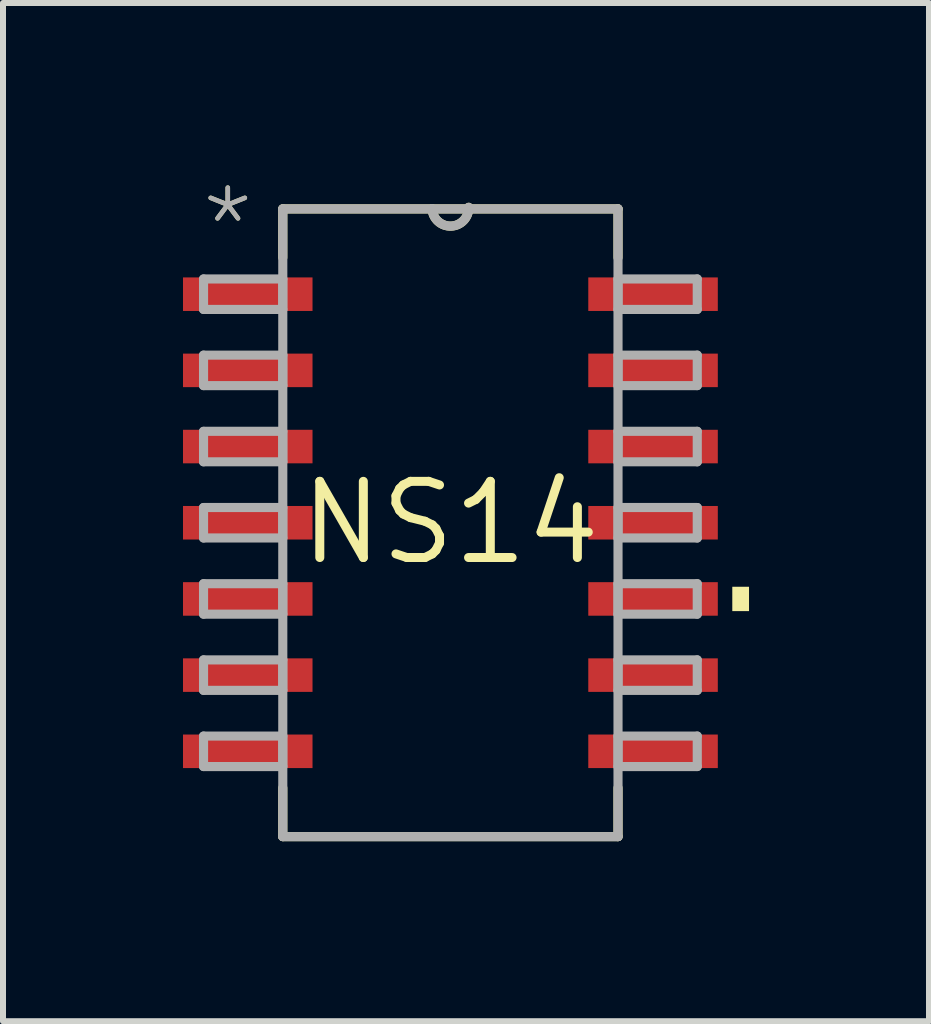
<source format=kicad_pcb>
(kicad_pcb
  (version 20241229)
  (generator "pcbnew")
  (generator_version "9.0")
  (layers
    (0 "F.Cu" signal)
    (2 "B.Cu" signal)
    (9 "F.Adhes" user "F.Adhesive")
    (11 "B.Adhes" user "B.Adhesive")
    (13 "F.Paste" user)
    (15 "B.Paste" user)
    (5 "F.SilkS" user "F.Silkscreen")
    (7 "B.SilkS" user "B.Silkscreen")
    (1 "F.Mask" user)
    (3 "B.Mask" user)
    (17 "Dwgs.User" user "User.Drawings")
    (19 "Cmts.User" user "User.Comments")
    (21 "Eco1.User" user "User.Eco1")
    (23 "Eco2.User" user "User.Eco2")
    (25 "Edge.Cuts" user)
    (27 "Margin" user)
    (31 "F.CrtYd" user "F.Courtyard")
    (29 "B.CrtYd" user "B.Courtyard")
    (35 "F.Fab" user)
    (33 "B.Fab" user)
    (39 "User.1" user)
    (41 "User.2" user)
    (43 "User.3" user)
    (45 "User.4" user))
  (footprint "NS14"
    (layer "F.Cu")
    (at 4.458 5.664)
    (property "Reference" "NS14" (at 0 0 0) (layer "F.SilkS") (effects (font (size 1.27 1.27) (thickness 0.15))))
    (fp_line (start -2.794 -5.232) (end -2.794 -4.42) (stroke (width 0.152) (type solid)) (layer "F.SilkS"))
    (fp_line (start -2.794 4.42) (end -2.794 5.232) (stroke (width 0.152) (type solid)) (layer "F.SilkS"))
    (fp_line (start -2.794 5.232) (end 2.794 5.232) (stroke (width 0.152) (type solid)) (layer "F.SilkS"))
    (fp_line (start -0.305 -5.232) (end -2.794 -5.232) (stroke (width 0.152) (type solid)) (layer "F.SilkS"))
    (fp_line (start 2.794 -5.232) (end -0.305 -5.232) (stroke (width 0.152) (type solid)) (layer "F.SilkS"))
    (fp_line (start 2.794 -4.42) (end 2.794 -5.232) (stroke (width 0.152) (type solid)) (layer "F.SilkS"))
    (fp_line (start 2.794 5.232) (end 2.794 4.42) (stroke (width 0.152) (type solid)) (layer "F.SilkS"))
    (fp_arc (start 0.3048 -5.2578) (mid 0.0127 -4.9403) (end -0.3048 -5.2324) (stroke (width 0.1524) (type solid)) (layer "F.SilkS"))
    (fp_poly (pts (xy 4.978 1.473) (xy 4.699 1.473) (xy 4.699 1.067) (xy 4.978 1.067)) (stroke (width 0) (type default)) (fill yes) (layer "F.SilkS"))
    (fp_line (start -4.115 -4.064) (end -4.115 -3.556) (stroke (width 0.152) (type solid)) (layer "F.Fab"))
    (fp_line (start -4.115 -3.556) (end -2.794 -3.556) (stroke (width 0.152) (type solid)) (layer "F.Fab"))
    (fp_line (start -4.115 -2.794) (end -4.115 -2.286) (stroke (width 0.152) (type solid)) (layer "F.Fab"))
    (fp_line (start -4.115 -2.286) (end -2.794 -2.286) (stroke (width 0.152) (type solid)) (layer "F.Fab"))
    (fp_line (start -4.115 -1.524) (end -4.115 -1.016) (stroke (width 0.152) (type solid)) (layer "F.Fab"))
    (fp_line (start -4.115 -1.016) (end -2.794 -1.016) (stroke (width 0.152) (type solid)) (layer "F.Fab"))
    (fp_line (start -4.115 -0.254) (end -4.115 0.254) (stroke (width 0.152) (type solid)) (layer "F.Fab"))
    (fp_line (start -4.115 0.254) (end -2.794 0.254) (stroke (width 0.152) (type solid)) (layer "F.Fab"))
    (fp_line (start -4.115 1.016) (end -4.115 1.524) (stroke (width 0.152) (type solid)) (layer "F.Fab"))
    (fp_line (start -4.115 1.524) (end -2.794 1.524) (stroke (width 0.152) (type solid)) (layer "F.Fab"))
    (fp_line (start -4.115 2.286) (end -4.115 2.794) (stroke (width 0.152) (type solid)) (layer "F.Fab"))
    (fp_line (start -4.115 2.794) (end -2.794 2.794) (stroke (width 0.152) (type solid)) (layer "F.Fab"))
    (fp_line (start -4.115 3.556) (end -4.115 4.064) (stroke (width 0.152) (type solid)) (layer "F.Fab"))
    (fp_line (start -4.115 4.064) (end -2.794 4.064) (stroke (width 0.152) (type solid)) (layer "F.Fab"))
    (fp_line (start -2.794 -5.232) (end -2.794 5.232) (stroke (width 0.152) (type solid)) (layer "F.Fab"))
    (fp_line (start -2.794 -4.064) (end -4.115 -4.064) (stroke (width 0.152) (type solid)) (layer "F.Fab"))
    (fp_line (start -2.794 -3.556) (end -2.794 -4.064) (stroke (width 0.152) (type solid)) (layer "F.Fab"))
    (fp_line (start -2.794 -2.794) (end -4.115 -2.794) (stroke (width 0.152) (type solid)) (layer "F.Fab"))
    (fp_line (start -2.794 -2.286) (end -2.794 -2.794) (stroke (width 0.152) (type solid)) (layer "F.Fab"))
    (fp_line (start -2.794 -1.524) (end -4.115 -1.524) (stroke (width 0.152) (type solid)) (layer "F.Fab"))
    (fp_line (start -2.794 -1.016) (end -2.794 -1.524) (stroke (width 0.152) (type solid)) (layer "F.Fab"))
    (fp_line (start -2.794 -0.254) (end -4.115 -0.254) (stroke (width 0.152) (type solid)) (layer "F.Fab"))
    (fp_line (start -2.794 0.254) (end -2.794 -0.254) (stroke (width 0.152) (type solid)) (layer "F.Fab"))
    (fp_line (start -2.794 1.016) (end -4.115 1.016) (stroke (width 0.152) (type solid)) (layer "F.Fab"))
    (fp_line (start -2.794 1.524) (end -2.794 1.016) (stroke (width 0.152) (type solid)) (layer "F.Fab"))
    (fp_line (start -2.794 2.286) (end -4.115 2.286) (stroke (width 0.152) (type solid)) (layer "F.Fab"))
    (fp_line (start -2.794 2.794) (end -2.794 2.286) (stroke (width 0.152) (type solid)) (layer "F.Fab"))
    (fp_line (start -2.794 3.556) (end -4.115 3.556) (stroke (width 0.152) (type solid)) (layer "F.Fab"))
    (fp_line (start -2.794 4.064) (end -2.794 3.556) (stroke (width 0.152) (type solid)) (layer "F.Fab"))
    (fp_line (start -2.794 5.232) (end 2.794 5.232) (stroke (width 0.152) (type solid)) (layer "F.Fab"))
    (fp_line (start -0.305 -5.232) (end -2.794 -5.232) (stroke (width 0.152) (type solid)) (layer "F.Fab"))
    (fp_line (start 2.794 -5.232) (end -0.305 -5.232) (stroke (width 0.152) (type solid)) (layer "F.Fab"))
    (fp_line (start 2.794 -4.064) (end 2.794 -3.556) (stroke (width 0.152) (type solid)) (layer "F.Fab"))
    (fp_line (start 2.794 -3.556) (end 4.115 -3.556) (stroke (width 0.152) (type solid)) (layer "F.Fab"))
    (fp_line (start 2.794 -2.794) (end 2.794 -2.286) (stroke (width 0.152) (type solid)) (layer "F.Fab"))
    (fp_line (start 2.794 -2.286) (end 4.115 -2.286) (stroke (width 0.152) (type solid)) (layer "F.Fab"))
    (fp_line (start 2.794 -1.524) (end 2.794 -1.016) (stroke (width 0.152) (type solid)) (layer "F.Fab"))
    (fp_line (start 2.794 -1.016) (end 4.115 -1.016) (stroke (width 0.152) (type solid)) (layer "F.Fab"))
    (fp_line (start 2.794 -0.254) (end 2.794 0.254) (stroke (width 0.152) (type solid)) (layer "F.Fab"))
    (fp_line (start 2.794 0.254) (end 4.115 0.254) (stroke (width 0.152) (type solid)) (layer "F.Fab"))
    (fp_line (start 2.794 1.016) (end 2.794 1.524) (stroke (width 0.152) (type solid)) (layer "F.Fab"))
    (fp_line (start 2.794 1.524) (end 4.115 1.524) (stroke (width 0.152) (type solid)) (layer "F.Fab"))
    (fp_line (start 2.794 2.286) (end 2.794 2.794) (stroke (width 0.152) (type solid)) (layer "F.Fab"))
    (fp_line (start 2.794 2.794) (end 4.115 2.794) (stroke (width 0.152) (type solid)) (layer "F.Fab"))
    (fp_line (start 2.794 3.556) (end 2.794 4.064) (stroke (width 0.152) (type solid)) (layer "F.Fab"))
    (fp_line (start 2.794 4.064) (end 4.115 4.064) (stroke (width 0.152) (type solid)) (layer "F.Fab"))
    (fp_line (start 2.794 5.232) (end 2.794 -5.232) (stroke (width 0.152) (type solid)) (layer "F.Fab"))
    (fp_line (start 4.115 -4.064) (end 2.794 -4.064) (stroke (width 0.152) (type solid)) (layer "F.Fab"))
    (fp_line (start 4.115 -3.556) (end 4.115 -4.064) (stroke (width 0.152) (type solid)) (layer "F.Fab"))
    (fp_line (start 4.115 -2.794) (end 2.794 -2.794) (stroke (width 0.152) (type solid)) (layer "F.Fab"))
    (fp_line (start 4.115 -2.286) (end 4.115 -2.794) (stroke (width 0.152) (type solid)) (layer "F.Fab"))
    (fp_line (start 4.115 -1.524) (end 2.794 -1.524) (stroke (width 0.152) (type solid)) (layer "F.Fab"))
    (fp_line (start 4.115 -1.016) (end 4.115 -1.524) (stroke (width 0.152) (type solid)) (layer "F.Fab"))
    (fp_line (start 4.115 -0.254) (end 2.794 -0.254) (stroke (width 0.152) (type solid)) (layer "F.Fab"))
    (fp_line (start 4.115 0.254) (end 4.115 -0.254) (stroke (width 0.152) (type solid)) (layer "F.Fab"))
    (fp_line (start 4.115 1.016) (end 2.794 1.016) (stroke (width 0.152) (type solid)) (layer "F.Fab"))
    (fp_line (start 4.115 1.524) (end 4.115 1.016) (stroke (width 0.152) (type solid)) (layer "F.Fab"))
    (fp_line (start 4.115 2.286) (end 2.794 2.286) (stroke (width 0.152) (type solid)) (layer "F.Fab"))
    (fp_line (start 4.115 2.794) (end 4.115 2.286) (stroke (width 0.152) (type solid)) (layer "F.Fab"))
    (fp_line (start 4.115 3.556) (end 2.794 3.556) (stroke (width 0.152) (type solid)) (layer "F.Fab"))
    (fp_line (start 4.115 4.064) (end 4.115 3.556) (stroke (width 0.152) (type solid)) (layer "F.Fab"))
    (fp_arc (start 0.3048 -5.2578) (mid 0.0127 -4.9403) (end -0.3048 -5.2324) (stroke (width 0.1524) (type solid)) (layer "F.Fab"))
    (fp_text user "*" (at -4.216 -4.242 0) (unlocked yes) (layer "F.SilkS") (effects (font (size 1.194 1.194) (thickness 0.076)) (justify left bottom)))
    (fp_text user "*" (at -4.216 -4.242 0) (unlocked yes) (layer "F.Fab") (effects (font (size 1.194 1.194) (thickness 0.076)) (justify left bottom)))
    (pad "1" smd rect (at -3.378 -3.81) (size 2.159 0.559) (layers "F.Cu" "F.Mask" "F.Paste"))
    (pad "2" smd rect (at -3.378 -2.54) (size 2.159 0.559) (layers "F.Cu" "F.Mask" "F.Paste"))
    (pad "3" smd rect (at -3.378 -1.27) (size 2.159 0.559) (layers "F.Cu" "F.Mask" "F.Paste"))
    (pad "4" smd rect (at -3.378 0) (size 2.159 0.559) (layers "F.Cu" "F.Mask" "F.Paste"))
    (pad "5" smd rect (at -3.378 1.27) (size 2.159 0.559) (layers "F.Cu" "F.Mask" "F.Paste"))
    (pad "6" smd rect (at -3.378 2.54) (size 2.159 0.559) (layers "F.Cu" "F.Mask" "F.Paste"))
    (pad "7" smd rect (at -3.378 3.81) (size 2.159 0.559) (layers "F.Cu" "F.Mask" "F.Paste"))
    (pad "8" smd rect (at 3.378 3.81) (size 2.159 0.559) (layers "F.Cu" "F.Mask" "F.Paste"))
    (pad "9" smd rect (at 3.378 2.54) (size 2.159 0.559) (layers "F.Cu" "F.Mask" "F.Paste"))
    (pad "10" smd rect (at 3.378 1.27) (size 2.159 0.559) (layers "F.Cu" "F.Mask" "F.Paste"))
    (pad "11" smd rect (at 3.378 0) (size 2.159 0.559) (layers "F.Cu" "F.Mask" "F.Paste"))
    (pad "12" smd rect (at 3.378 -1.27) (size 2.159 0.559) (layers "F.Cu" "F.Mask" "F.Paste"))
    (pad "13" smd rect (at 3.378 -2.54) (size 2.159 0.559) (layers "F.Cu" "F.Mask" "F.Paste"))
    (pad "14" smd rect (at 3.378 -3.81) (size 2.159 0.559) (layers "F.Cu" "F.Mask" "F.Paste")))
  (gr_rect
    (start -3 -3)
    (end 12.436 13.973)
    (stroke (width 0.1) (type default))
    (fill no)
    (layer "Edge.Cuts")))
</source>
